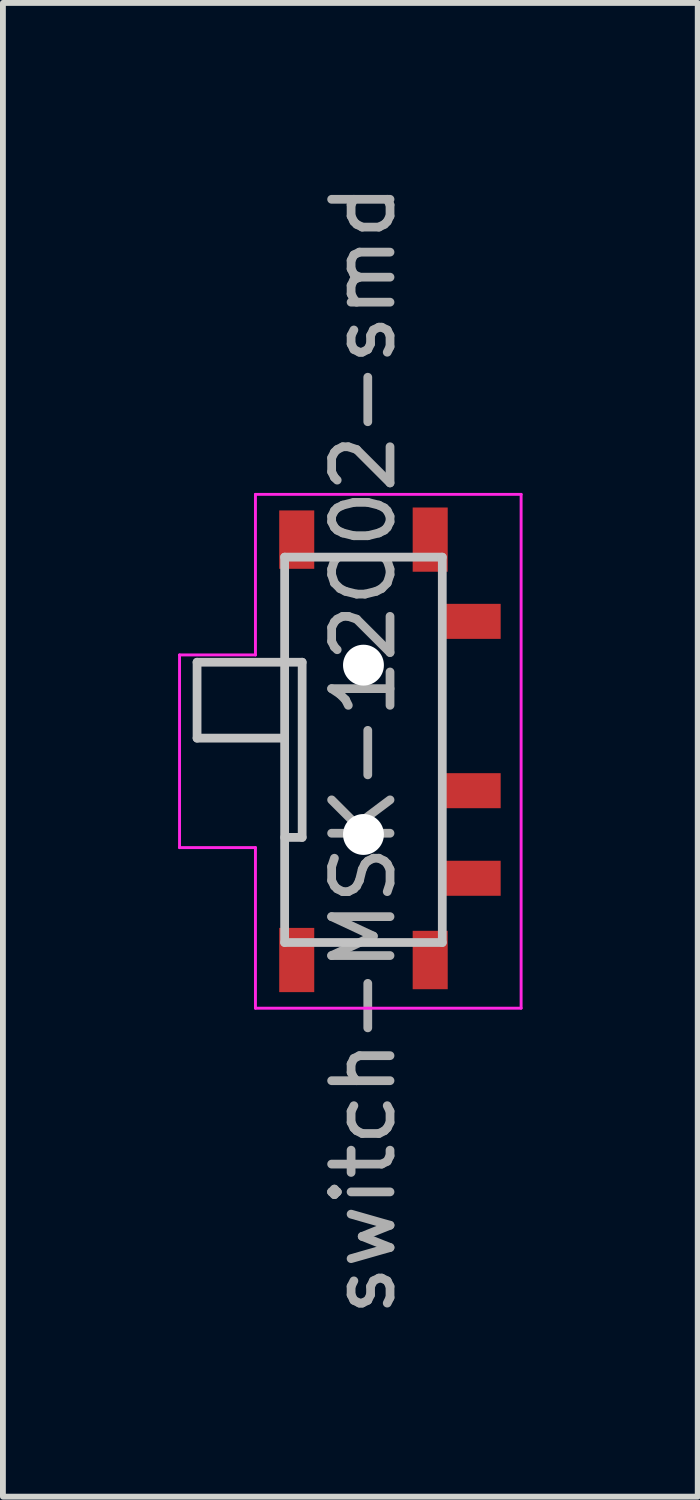
<source format=kicad_pcb>
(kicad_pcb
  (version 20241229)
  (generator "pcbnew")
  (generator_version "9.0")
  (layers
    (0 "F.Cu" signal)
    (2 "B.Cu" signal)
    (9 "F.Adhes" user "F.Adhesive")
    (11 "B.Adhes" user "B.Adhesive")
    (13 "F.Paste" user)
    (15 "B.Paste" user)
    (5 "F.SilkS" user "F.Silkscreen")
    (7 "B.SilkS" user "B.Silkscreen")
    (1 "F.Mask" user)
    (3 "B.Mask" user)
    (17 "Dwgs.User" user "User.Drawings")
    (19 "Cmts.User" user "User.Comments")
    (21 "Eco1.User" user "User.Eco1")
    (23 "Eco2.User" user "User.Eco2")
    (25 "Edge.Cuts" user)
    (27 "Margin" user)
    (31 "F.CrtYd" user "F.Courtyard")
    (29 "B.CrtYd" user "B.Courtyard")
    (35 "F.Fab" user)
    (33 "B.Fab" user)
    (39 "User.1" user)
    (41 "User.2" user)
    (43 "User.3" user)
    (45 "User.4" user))
  (footprint "switch-MSK-12C02-smd"
    (layer "F.Cu")
    (at 1.825 9.792)
    (property "Reference" "switch-MSK-12C02-smd" (at 1.35 0 90) (layer "F.Fab") (effects (font (size 1 1) (thickness 0.15))))
    (attr smd)
    (fp_line (start -1.5 -1.5) (end 0 -1.5) (stroke (width 0.15) (type solid)) (layer "Dwgs.User"))
    (fp_line (start -1.5 -0.2) (end -1.5 -1.5) (stroke (width 0.15) (type solid)) (layer "Dwgs.User"))
    (fp_line (start 0 -3.3) (end 0 3.3) (stroke (width 0.15) (type solid)) (layer "Dwgs.User"))
    (fp_line (start 0 -3.3) (end 2.7 -3.3) (stroke (width 0.15) (type solid)) (layer "Dwgs.User"))
    (fp_line (start 0 -0.2) (end -1.5 -0.2) (stroke (width 0.15) (type solid)) (layer "Dwgs.User"))
    (fp_line (start 0 3.3) (end 2.7 3.3) (stroke (width 0.15) (type solid)) (layer "Dwgs.User"))
    (fp_line (start 0.3 -1.5) (end 0 -1.5) (stroke (width 0.15) (type solid)) (layer "Dwgs.User"))
    (fp_line (start 0.3 1.5) (end 0 1.5) (stroke (width 0.15) (type solid)) (layer "Dwgs.User"))
    (fp_line (start 0.3 1.5) (end 0.3 -1.5) (stroke (width 0.15) (type solid)) (layer "Dwgs.User"))
    (fp_line (start 2.7 -3.3) (end 2.7 3.3) (stroke (width 0.15) (type solid)) (layer "Dwgs.User"))
    (fp_line (start -1.8 -1.625) (end -0.5 -1.625) (stroke (width 0.05) (type solid)) (layer "F.CrtYd"))
    (fp_line (start -1.8 1.675) (end -1.8 -1.625) (stroke (width 0.05) (type solid)) (layer "F.CrtYd"))
    (fp_line (start -0.5 -4.375) (end 4.05 -4.375) (stroke (width 0.05) (type solid)) (layer "F.CrtYd"))
    (fp_line (start -0.5 -1.625) (end -0.5 -4.375) (stroke (width 0.05) (type solid)) (layer "F.CrtYd"))
    (fp_line (start -0.5 1.675) (end -1.8 1.675) (stroke (width 0.05) (type solid)) (layer "F.CrtYd"))
    (fp_line (start -0.5 4.425) (end -0.5 1.675) (stroke (width 0.05) (type solid)) (layer "F.CrtYd"))
    (fp_line (start 4.05 -4.375) (end 4.05 4.425) (stroke (width 0.05) (type solid)) (layer "F.CrtYd"))
    (fp_line (start 4.05 4.425) (end -0.5 4.425) (stroke (width 0.05) (type solid)) (layer "F.CrtYd"))
    (pad "" smd rect (at 0.207 -3.6 90) (size 1 0.6) (layers "F.Cu" "F.Mask" "F.Paste"))
    (pad "" smd rect (at 0.207 3.6 90) (size 1.1 0.6) (layers "F.Cu" "F.Mask" "F.Paste"))
    (pad "" np_thru_hole circle (at 1.35 -1.45 180) (size 0.7 0.7) (drill 0.7) (layers "*.Cu" "*.Mask"))
    (pad "" np_thru_hole circle (at 1.35 1.45 180) (size 0.7 0.7) (drill 0.7) (layers "*.Cu" "*.Mask"))
    (pad "" smd rect (at 2.493 -3.6 90) (size 1.1 0.6) (layers "F.Cu" "F.Mask" "F.Paste"))
    (pad "" smd rect (at 2.493 3.6 90) (size 1 0.6) (layers "F.Cu" "F.Mask" "F.Paste"))
    (pad "1" smd rect (at 3.2 -2.2 180) (size 1 0.6) (layers "F.Cu" "F.Mask" "F.Paste"))
    (pad "2" smd rect (at 3.2 0.7 180) (size 1 0.6) (layers "F.Cu" "F.Mask" "F.Paste"))
    (pad "3" smd rect (at 3.2 2.2 180) (size 1 0.6) (layers "F.Cu" "F.Mask" "F.Paste")))
  (gr_rect
    (start -3 -3)
    (end 8.9 22.583)
    (stroke (width 0.1) (type default))
    (fill no)
    (layer "Edge.Cuts")))
</source>
